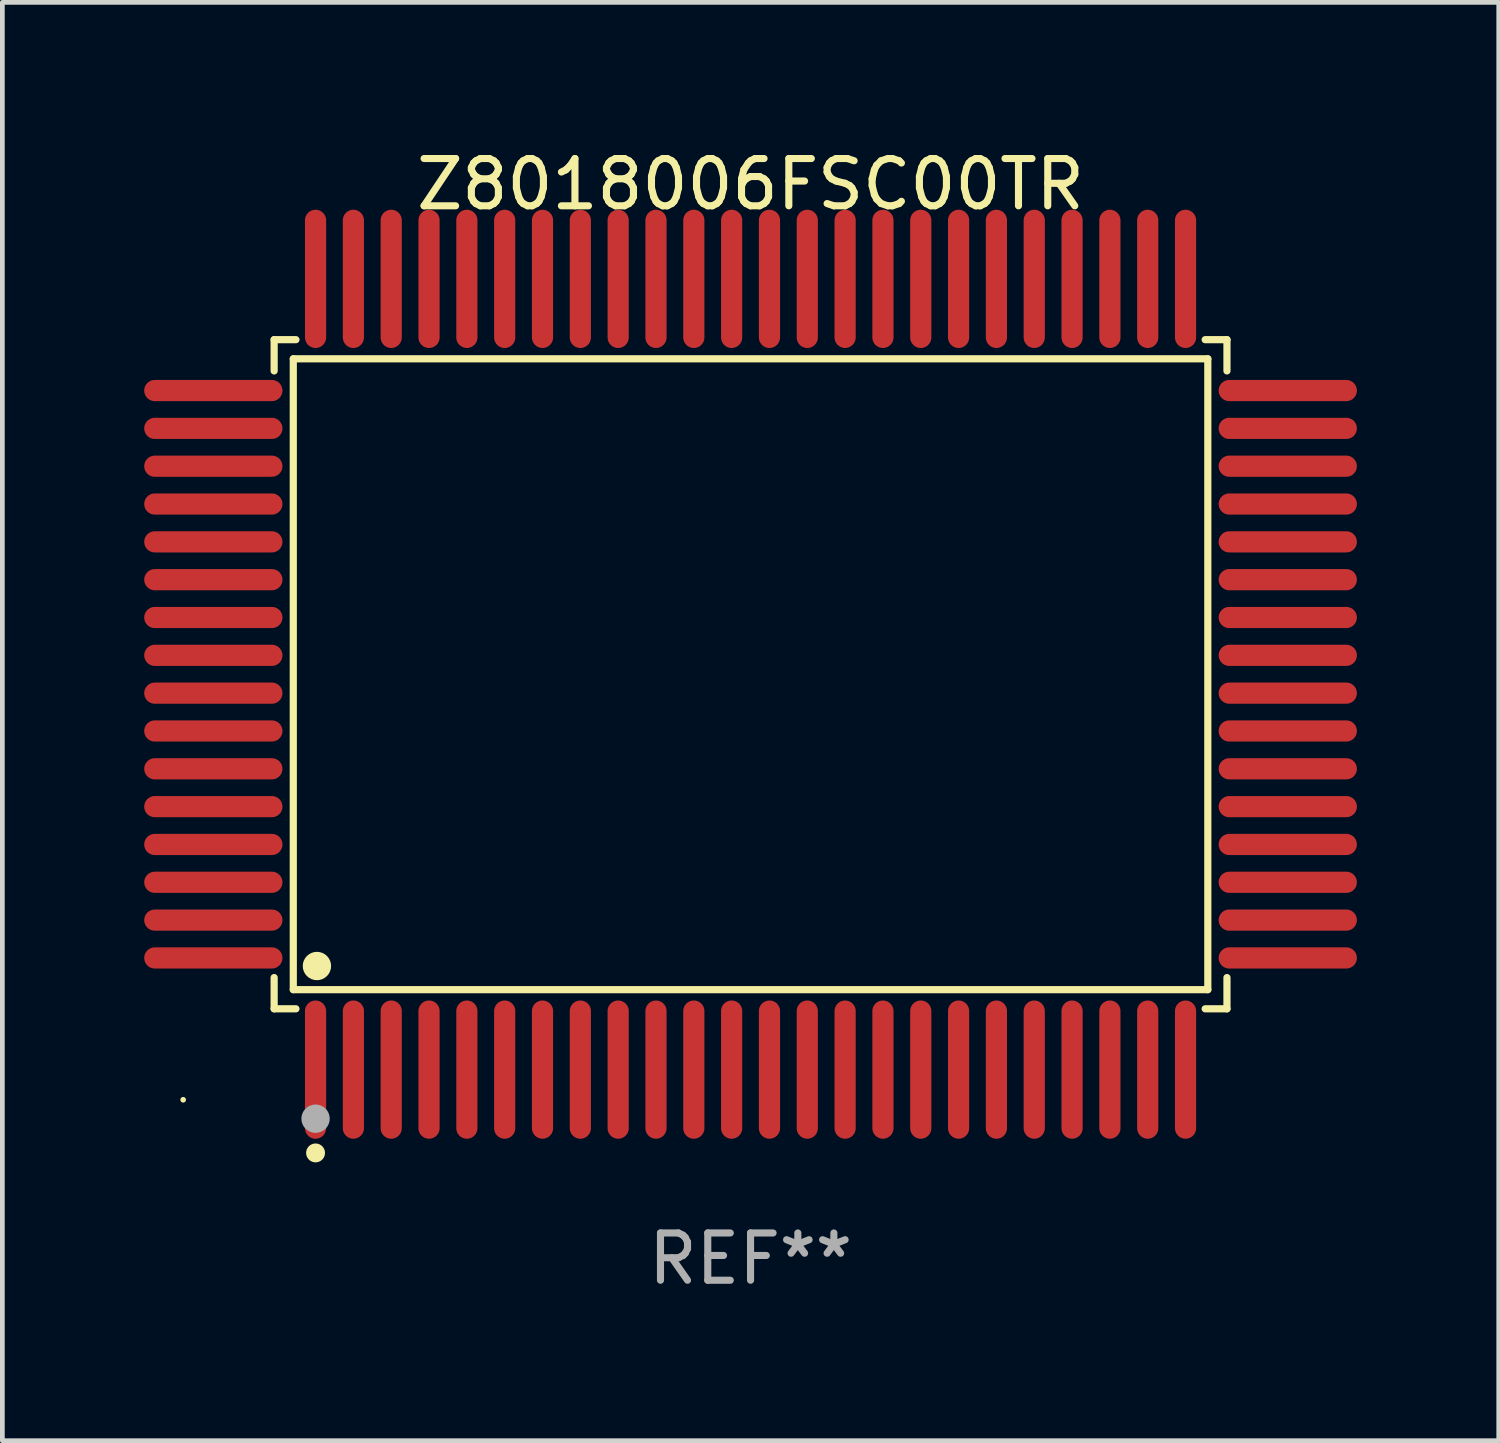
<source format=kicad_pcb>
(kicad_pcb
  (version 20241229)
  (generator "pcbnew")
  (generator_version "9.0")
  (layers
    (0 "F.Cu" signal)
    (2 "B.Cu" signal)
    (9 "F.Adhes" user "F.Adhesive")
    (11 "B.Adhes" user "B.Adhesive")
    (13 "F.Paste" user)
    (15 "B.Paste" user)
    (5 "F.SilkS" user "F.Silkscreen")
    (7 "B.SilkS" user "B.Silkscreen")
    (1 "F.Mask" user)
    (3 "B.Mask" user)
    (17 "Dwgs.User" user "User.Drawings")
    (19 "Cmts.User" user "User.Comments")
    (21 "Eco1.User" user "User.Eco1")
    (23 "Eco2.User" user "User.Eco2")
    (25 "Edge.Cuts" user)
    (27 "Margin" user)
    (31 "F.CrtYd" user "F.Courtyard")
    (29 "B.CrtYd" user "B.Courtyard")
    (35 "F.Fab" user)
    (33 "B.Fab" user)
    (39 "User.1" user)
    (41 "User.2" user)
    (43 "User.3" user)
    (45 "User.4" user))
  (footprint "Z8018006FSC00TR"
    (layer "F.Cu")
    (at 12.824 11.21)
    (property "Reference" "Z8018006FSC00TR" (at 0 -10.362 0) (layer "F.SilkS") (effects (font (size 1 1) (thickness 0.15))))
    (attr through_hole)
    (fp_line (start -10.076 -7.076) (end -9.615 -7.076) (stroke (width 0.152) (type solid)) (layer "F.SilkS"))
    (fp_line (start -10.076 -6.415) (end -10.076 -7.076) (stroke (width 0.152) (type solid)) (layer "F.SilkS"))
    (fp_line (start -10.076 6.415) (end -10.076 7.076) (stroke (width 0.152) (type solid)) (layer "F.SilkS"))
    (fp_line (start -10.076 7.076) (end -9.615 7.076) (stroke (width 0.152) (type solid)) (layer "F.SilkS"))
    (fp_line (start -9.671 -6.671) (end 9.671 -6.671) (stroke (width 0.152) (type solid)) (layer "F.SilkS"))
    (fp_line (start -9.671 6.671) (end -9.671 -6.671) (stroke (width 0.152) (type solid)) (layer "F.SilkS"))
    (fp_line (start 9.671 -6.671) (end 9.671 6.671) (stroke (width 0.152) (type solid)) (layer "F.SilkS"))
    (fp_line (start 9.671 6.671) (end -9.671 6.671) (stroke (width 0.152) (type solid)) (layer "F.SilkS"))
    (fp_line (start 10.076 -7.076) (end 9.615 -7.076) (stroke (width 0.152) (type solid)) (layer "F.SilkS"))
    (fp_line (start 10.076 -6.415) (end 10.076 -7.076) (stroke (width 0.152) (type solid)) (layer "F.SilkS"))
    (fp_line (start 10.076 6.415) (end 10.076 7.076) (stroke (width 0.152) (type solid)) (layer "F.SilkS"))
    (fp_line (start 10.076 7.076) (end 9.615 7.076) (stroke (width 0.152) (type solid)) (layer "F.SilkS"))
    (fp_circle (center -12 9) (end -11.97 9) (stroke (width 0.06) (type solid)) (fill no) (layer "F.SilkS"))
    (fp_circle (center -9.2 10.124) (end -9.1 10.124) (stroke (width 0.2) (type solid)) (fill no) (layer "F.SilkS"))
    (fp_circle (center -9.171 6.171) (end -9.021 6.171) (stroke (width 0.3) (type solid)) (fill no) (layer "F.SilkS"))
    (fp_circle (center -9.2 9.4) (end -9.05 9.4) (stroke (width 0.3) (type solid)) (fill no) (layer "F.Fab"))
    (fp_text user "REF**" (at 0 12.362 0) (layer "F.Fab") (effects (font (size 1 1) (thickness 0.15))))
    (pad "1" smd oval (at -9.2 8.362) (size 0.448 2.924) (layers "F.Cu" "F.Mask" "F.Paste"))
    (pad "2" smd oval (at -8.4 8.362) (size 0.448 2.924) (layers "F.Cu" "F.Mask" "F.Paste"))
    (pad "3" smd oval (at -7.6 8.362) (size 0.448 2.924) (layers "F.Cu" "F.Mask" "F.Paste"))
    (pad "4" smd oval (at -6.8 8.362) (size 0.448 2.924) (layers "F.Cu" "F.Mask" "F.Paste"))
    (pad "5" smd oval (at -6 8.362) (size 0.448 2.924) (layers "F.Cu" "F.Mask" "F.Paste"))
    (pad "6" smd oval (at -5.2 8.362) (size 0.448 2.924) (layers "F.Cu" "F.Mask" "F.Paste"))
    (pad "7" smd oval (at -4.4 8.362) (size 0.448 2.924) (layers "F.Cu" "F.Mask" "F.Paste"))
    (pad "8" smd oval (at -3.6 8.362) (size 0.448 2.924) (layers "F.Cu" "F.Mask" "F.Paste"))
    (pad "9" smd oval (at -2.8 8.362) (size 0.448 2.924) (layers "F.Cu" "F.Mask" "F.Paste"))
    (pad "10" smd oval (at -2 8.362) (size 0.448 2.924) (layers "F.Cu" "F.Mask" "F.Paste"))
    (pad "11" smd oval (at -1.2 8.362) (size 0.448 2.924) (layers "F.Cu" "F.Mask" "F.Paste"))
    (pad "12" smd oval (at -0.4 8.362) (size 0.448 2.924) (layers "F.Cu" "F.Mask" "F.Paste"))
    (pad "13" smd oval (at 0.4 8.362) (size 0.448 2.924) (layers "F.Cu" "F.Mask" "F.Paste"))
    (pad "14" smd oval (at 1.2 8.362) (size 0.448 2.924) (layers "F.Cu" "F.Mask" "F.Paste"))
    (pad "15" smd oval (at 2 8.362) (size 0.448 2.924) (layers "F.Cu" "F.Mask" "F.Paste"))
    (pad "16" smd oval (at 2.8 8.362) (size 0.448 2.924) (layers "F.Cu" "F.Mask" "F.Paste"))
    (pad "17" smd oval (at 3.6 8.362) (size 0.448 2.924) (layers "F.Cu" "F.Mask" "F.Paste"))
    (pad "18" smd oval (at 4.4 8.362) (size 0.448 2.924) (layers "F.Cu" "F.Mask" "F.Paste"))
    (pad "19" smd oval (at 5.2 8.362) (size 0.448 2.924) (layers "F.Cu" "F.Mask" "F.Paste"))
    (pad "20" smd oval (at 6 8.362) (size 0.448 2.924) (layers "F.Cu" "F.Mask" "F.Paste"))
    (pad "21" smd oval (at 6.8 8.362) (size 0.448 2.924) (layers "F.Cu" "F.Mask" "F.Paste"))
    (pad "22" smd oval (at 7.6 8.362) (size 0.448 2.924) (layers "F.Cu" "F.Mask" "F.Paste"))
    (pad "23" smd oval (at 8.4 8.362) (size 0.448 2.924) (layers "F.Cu" "F.Mask" "F.Paste"))
    (pad "24" smd oval (at 9.2 8.362) (size 0.448 2.924) (layers "F.Cu" "F.Mask" "F.Paste"))
    (pad "25" smd oval (at 11.362 6) (size 2.924 0.448) (layers "F.Cu" "F.Mask" "F.Paste"))
    (pad "26" smd oval (at 11.362 5.2) (size 2.924 0.448) (layers "F.Cu" "F.Mask" "F.Paste"))
    (pad "27" smd oval (at 11.362 4.4) (size 2.924 0.448) (layers "F.Cu" "F.Mask" "F.Paste"))
    (pad "28" smd oval (at 11.362 3.6) (size 2.924 0.448) (layers "F.Cu" "F.Mask" "F.Paste"))
    (pad "29" smd oval (at 11.362 2.8) (size 2.924 0.448) (layers "F.Cu" "F.Mask" "F.Paste"))
    (pad "30" smd oval (at 11.362 2) (size 2.924 0.448) (layers "F.Cu" "F.Mask" "F.Paste"))
    (pad "31" smd oval (at 11.362 1.2) (size 2.924 0.448) (layers "F.Cu" "F.Mask" "F.Paste"))
    (pad "32" smd oval (at 11.362 0.4) (size 2.924 0.448) (layers "F.Cu" "F.Mask" "F.Paste"))
    (pad "33" smd oval (at 11.362 -0.4) (size 2.924 0.448) (layers "F.Cu" "F.Mask" "F.Paste"))
    (pad "34" smd oval (at 11.362 -1.2) (size 2.924 0.448) (layers "F.Cu" "F.Mask" "F.Paste"))
    (pad "35" smd oval (at 11.362 -2) (size 2.924 0.448) (layers "F.Cu" "F.Mask" "F.Paste"))
    (pad "36" smd oval (at 11.362 -2.8) (size 2.924 0.448) (layers "F.Cu" "F.Mask" "F.Paste"))
    (pad "37" smd oval (at 11.362 -3.6) (size 2.924 0.448) (layers "F.Cu" "F.Mask" "F.Paste"))
    (pad "38" smd oval (at 11.362 -4.4) (size 2.924 0.448) (layers "F.Cu" "F.Mask" "F.Paste"))
    (pad "39" smd oval (at 11.362 -5.2) (size 2.924 0.448) (layers "F.Cu" "F.Mask" "F.Paste"))
    (pad "40" smd oval (at 11.362 -6) (size 2.924 0.448) (layers "F.Cu" "F.Mask" "F.Paste"))
    (pad "41" smd oval (at 9.2 -8.362) (size 0.448 2.924) (layers "F.Cu" "F.Mask" "F.Paste"))
    (pad "42" smd oval (at 8.4 -8.362) (size 0.448 2.924) (layers "F.Cu" "F.Mask" "F.Paste"))
    (pad "43" smd oval (at 7.6 -8.362) (size 0.448 2.924) (layers "F.Cu" "F.Mask" "F.Paste"))
    (pad "44" smd oval (at 6.8 -8.362) (size 0.448 2.924) (layers "F.Cu" "F.Mask" "F.Paste"))
    (pad "45" smd oval (at 6 -8.362) (size 0.448 2.924) (layers "F.Cu" "F.Mask" "F.Paste"))
    (pad "46" smd oval (at 5.2 -8.362) (size 0.448 2.924) (layers "F.Cu" "F.Mask" "F.Paste"))
    (pad "47" smd oval (at 4.4 -8.362) (size 0.448 2.924) (layers "F.Cu" "F.Mask" "F.Paste"))
    (pad "48" smd oval (at 3.6 -8.362) (size 0.448 2.924) (layers "F.Cu" "F.Mask" "F.Paste"))
    (pad "49" smd oval (at 2.8 -8.362) (size 0.448 2.924) (layers "F.Cu" "F.Mask" "F.Paste"))
    (pad "50" smd oval (at 2 -8.362) (size 0.448 2.924) (layers "F.Cu" "F.Mask" "F.Paste"))
    (pad "51" smd oval (at 1.2 -8.362) (size 0.448 2.924) (layers "F.Cu" "F.Mask" "F.Paste"))
    (pad "52" smd oval (at 0.4 -8.362) (size 0.448 2.924) (layers "F.Cu" "F.Mask" "F.Paste"))
    (pad "53" smd oval (at -0.4 -8.362) (size 0.448 2.924) (layers "F.Cu" "F.Mask" "F.Paste"))
    (pad "54" smd oval (at -1.2 -8.362) (size 0.448 2.924) (layers "F.Cu" "F.Mask" "F.Paste"))
    (pad "55" smd oval (at -2 -8.362) (size 0.448 2.924) (layers "F.Cu" "F.Mask" "F.Paste"))
    (pad "56" smd oval (at -2.8 -8.362) (size 0.448 2.924) (layers "F.Cu" "F.Mask" "F.Paste"))
    (pad "57" smd oval (at -3.6 -8.362) (size 0.448 2.924) (layers "F.Cu" "F.Mask" "F.Paste"))
    (pad "58" smd oval (at -4.4 -8.362) (size 0.448 2.924) (layers "F.Cu" "F.Mask" "F.Paste"))
    (pad "59" smd oval (at -5.2 -8.362) (size 0.448 2.924) (layers "F.Cu" "F.Mask" "F.Paste"))
    (pad "60" smd oval (at -6 -8.362) (size 0.448 2.924) (layers "F.Cu" "F.Mask" "F.Paste"))
    (pad "61" smd oval (at -6.8 -8.362) (size 0.448 2.924) (layers "F.Cu" "F.Mask" "F.Paste"))
    (pad "62" smd oval (at -7.6 -8.362) (size 0.448 2.924) (layers "F.Cu" "F.Mask" "F.Paste"))
    (pad "63" smd oval (at -8.4 -8.362) (size 0.448 2.924) (layers "F.Cu" "F.Mask" "F.Paste"))
    (pad "64" smd oval (at -9.2 -8.362) (size 0.448 2.924) (layers "F.Cu" "F.Mask" "F.Paste"))
    (pad "65" smd oval (at -11.362 -6) (size 2.924 0.448) (layers "F.Cu" "F.Mask" "F.Paste"))
    (pad "66" smd oval (at -11.362 -5.2) (size 2.924 0.448) (layers "F.Cu" "F.Mask" "F.Paste"))
    (pad "67" smd oval (at -11.362 -4.4) (size 2.924 0.448) (layers "F.Cu" "F.Mask" "F.Paste"))
    (pad "68" smd oval (at -11.362 -3.6) (size 2.924 0.448) (layers "F.Cu" "F.Mask" "F.Paste"))
    (pad "69" smd oval (at -11.362 -2.8) (size 2.924 0.448) (layers "F.Cu" "F.Mask" "F.Paste"))
    (pad "70" smd oval (at -11.362 -2) (size 2.924 0.448) (layers "F.Cu" "F.Mask" "F.Paste"))
    (pad "71" smd oval (at -11.362 -1.2) (size 2.924 0.448) (layers "F.Cu" "F.Mask" "F.Paste"))
    (pad "72" smd oval (at -11.362 -0.4) (size 2.924 0.448) (layers "F.Cu" "F.Mask" "F.Paste"))
    (pad "73" smd oval (at -11.362 0.4) (size 2.924 0.448) (layers "F.Cu" "F.Mask" "F.Paste"))
    (pad "74" smd oval (at -11.362 1.2) (size 2.924 0.448) (layers "F.Cu" "F.Mask" "F.Paste"))
    (pad "75" smd oval (at -11.362 2) (size 2.924 0.448) (layers "F.Cu" "F.Mask" "F.Paste"))
    (pad "76" smd oval (at -11.362 2.8) (size 2.924 0.448) (layers "F.Cu" "F.Mask" "F.Paste"))
    (pad "77" smd oval (at -11.362 3.6) (size 2.924 0.448) (layers "F.Cu" "F.Mask" "F.Paste"))
    (pad "78" smd oval (at -11.362 4.4) (size 2.924 0.448) (layers "F.Cu" "F.Mask" "F.Paste"))
    (pad "79" smd oval (at -11.362 5.2) (size 2.924 0.448) (layers "F.Cu" "F.Mask" "F.Paste"))
    (pad "80" smd oval (at -11.362 6) (size 2.924 0.448) (layers "F.Cu" "F.Mask" "F.Paste")))
  (gr_rect
    (start -3 -3)
    (end 28.648 27.42)
    (stroke (width 0.1) (type default))
    (fill no)
    (layer "Edge.Cuts")))
</source>
